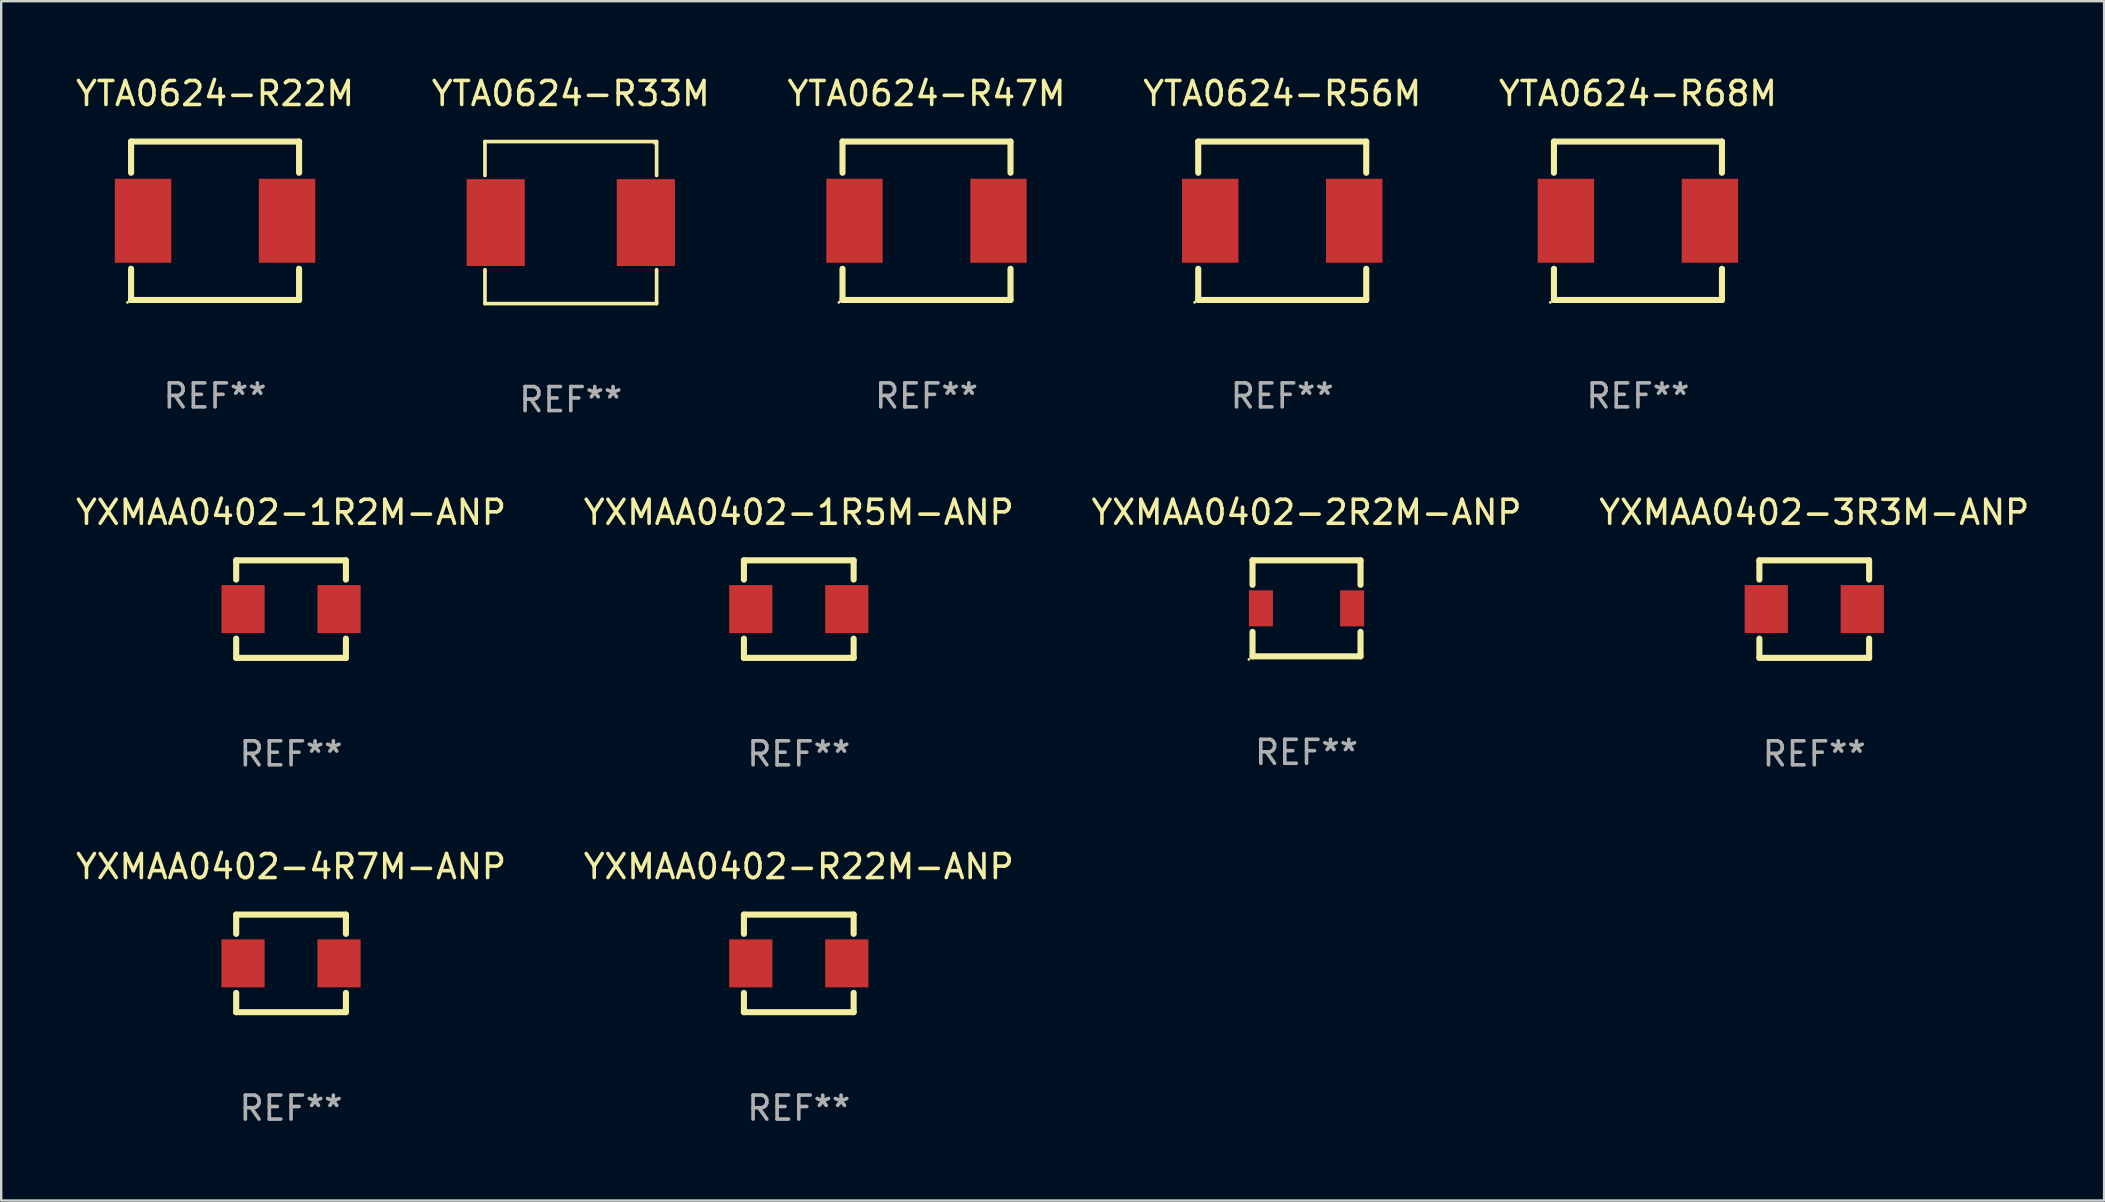
<source format=kicad_pcb>
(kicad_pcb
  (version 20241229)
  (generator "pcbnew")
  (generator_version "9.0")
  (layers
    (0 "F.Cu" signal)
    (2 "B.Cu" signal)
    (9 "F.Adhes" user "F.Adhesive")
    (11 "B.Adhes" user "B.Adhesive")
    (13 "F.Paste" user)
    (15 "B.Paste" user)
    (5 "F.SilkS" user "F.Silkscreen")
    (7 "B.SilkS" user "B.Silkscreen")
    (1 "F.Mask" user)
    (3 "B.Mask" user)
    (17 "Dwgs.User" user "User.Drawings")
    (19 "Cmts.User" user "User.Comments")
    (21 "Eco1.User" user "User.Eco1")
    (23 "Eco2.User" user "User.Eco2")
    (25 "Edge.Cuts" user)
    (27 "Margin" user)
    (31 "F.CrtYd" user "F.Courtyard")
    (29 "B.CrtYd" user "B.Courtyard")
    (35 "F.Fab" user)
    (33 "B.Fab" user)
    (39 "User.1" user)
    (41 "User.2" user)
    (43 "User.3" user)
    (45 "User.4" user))
  (footprint "YXMAA0402-1R2M-ANP"
    (layer "F.Cu")
    (at 9.077 22.329)
    (property "Reference" "YXMAA0402-1R2M-ANP" (at 0 -4.032 0) (layer "F.SilkS") (effects (font (size 1 1) (thickness 0.15))))
    (attr through_hole)
    (fp_line (start -2.286 -2.032) (end 2.286 -2.032) (stroke (width 0.254) (type solid)) (layer "F.SilkS"))
    (fp_line (start -2.286 -1.231) (end -2.286 -2.032) (stroke (width 0.254) (type solid)) (layer "F.SilkS"))
    (fp_line (start -2.286 2.032) (end -2.286 1.231) (stroke (width 0.254) (type solid)) (layer "F.SilkS"))
    (fp_line (start 2.286 -2.032) (end 2.286 -1.231) (stroke (width 0.254) (type solid)) (layer "F.SilkS"))
    (fp_line (start 2.286 1.231) (end 2.286 2.032) (stroke (width 0.254) (type solid)) (layer "F.SilkS"))
    (fp_line (start 2.286 2.032) (end -2.286 2.032) (stroke (width 0.254) (type solid)) (layer "F.SilkS"))
    (fp_circle (center -2.25 2.05) (end -2.22 2.05) (stroke (width 0.06) (type solid)) (fill no) (layer "F.SilkS"))
    (fp_text user "REF**" (at 0 6.032 0) (layer "F.Fab") (effects (font (size 1 1) (thickness 0.15))))
    (pad "1" smd rect (at -2 0 90) (size 2 1.8) (layers "F.Cu" "F.Mask" "F.Paste"))
    (pad "2" smd rect (at 2 0 90) (size 2 1.8) (layers "F.Cu" "F.Mask" "F.Paste")))
  (footprint "YXMAA0402-R22M-ANP"
    (layer "F.Cu")
    (at 30.232 37.09)
    (property "Reference" "YXMAA0402-R22M-ANP" (at 0 -4.032 0) (layer "F.SilkS") (effects (font (size 1 1) (thickness 0.15))))
    (attr through_hole)
    (fp_line (start -2.286 -2.032) (end 2.286 -2.032) (stroke (width 0.254) (type solid)) (layer "F.SilkS"))
    (fp_line (start -2.286 -1.231) (end -2.286 -2.032) (stroke (width 0.254) (type solid)) (layer "F.SilkS"))
    (fp_line (start -2.286 2.032) (end -2.286 1.231) (stroke (width 0.254) (type solid)) (layer "F.SilkS"))
    (fp_line (start 2.286 -2.032) (end 2.286 -1.231) (stroke (width 0.254) (type solid)) (layer "F.SilkS"))
    (fp_line (start 2.286 1.231) (end 2.286 2.032) (stroke (width 0.254) (type solid)) (layer "F.SilkS"))
    (fp_line (start 2.286 2.032) (end -2.286 2.032) (stroke (width 0.254) (type solid)) (layer "F.SilkS"))
    (fp_circle (center -2.25 2.05) (end -2.22 2.05) (stroke (width 0.06) (type solid)) (fill no) (layer "F.SilkS"))
    (fp_text user "REF**" (at 0 6.032 0) (layer "F.Fab") (effects (font (size 1 1) (thickness 0.15))))
    (pad "1" smd rect (at -2 0 90) (size 2 1.8) (layers "F.Cu" "F.Mask" "F.Paste"))
    (pad "2" smd rect (at 2 0 90) (size 2 1.8) (layers "F.Cu" "F.Mask" "F.Paste")))
  (footprint "YXMAA0402-4R7M-ANP"
    (layer "F.Cu")
    (at 9.077 37.09)
    (property "Reference" "YXMAA0402-4R7M-ANP" (at 0 -4.032 0) (layer "F.SilkS") (effects (font (size 1 1) (thickness 0.15))))
    (attr through_hole)
    (fp_line (start -2.286 -2.032) (end 2.286 -2.032) (stroke (width 0.254) (type solid)) (layer "F.SilkS"))
    (fp_line (start -2.286 -1.231) (end -2.286 -2.032) (stroke (width 0.254) (type solid)) (layer "F.SilkS"))
    (fp_line (start -2.286 2.032) (end -2.286 1.231) (stroke (width 0.254) (type solid)) (layer "F.SilkS"))
    (fp_line (start 2.286 -2.032) (end 2.286 -1.231) (stroke (width 0.254) (type solid)) (layer "F.SilkS"))
    (fp_line (start 2.286 1.231) (end 2.286 2.032) (stroke (width 0.254) (type solid)) (layer "F.SilkS"))
    (fp_line (start 2.286 2.032) (end -2.286 2.032) (stroke (width 0.254) (type solid)) (layer "F.SilkS"))
    (fp_circle (center -2.25 2.05) (end -2.22 2.05) (stroke (width 0.06) (type solid)) (fill no) (layer "F.SilkS"))
    (fp_text user "REF**" (at 0 6.032 0) (layer "F.Fab") (effects (font (size 1 1) (thickness 0.15))))
    (pad "1" smd rect (at -2 0 90) (size 2 1.8) (layers "F.Cu" "F.Mask" "F.Paste"))
    (pad "2" smd rect (at 2 0 90) (size 2 1.8) (layers "F.Cu" "F.Mask" "F.Paste")))
  (footprint "YTA0624-R47M"
    (layer "F.Cu")
    (at 35.554 6.148)
    (property "Reference" "YTA0624-R47M" (at 0 -5.3 0) (layer "F.SilkS") (effects (font (size 1 1) (thickness 0.15))))
    (attr through_hole)
    (fp_line (start -3.5 3.3) (end 3.5 3.3) (stroke (width 0.254) (type solid)) (layer "F.SilkS"))
    (fp_line (start -3.5 -3.3) (end -3.5 -2) (stroke (width 0.254) (type solid)) (layer "F.SilkS"))
    (fp_line (start -3.5 -3.3) (end 3.5 -3.3) (stroke (width 0.254) (type solid)) (layer "F.SilkS"))
    (fp_line (start -3.5 2) (end -3.5 3.3) (stroke (width 0.254) (type solid)) (layer "F.SilkS"))
    (fp_line (start 3.5 -3.3) (end 3.5 -2) (stroke (width 0.254) (type solid)) (layer "F.SilkS"))
    (fp_line (start 3.5 2) (end 3.5 3.3) (stroke (width 0.254) (type solid)) (layer "F.SilkS"))
    (fp_circle (center -3.65 3.4) (end -3.62 3.4) (stroke (width 0.06) (type solid)) (fill no) (layer "F.SilkS"))
    (fp_text user "REF**" (at 0 7.3 0) (layer "F.Fab") (effects (font (size 1 1) (thickness 0.15))))
    (pad "1" smd rect (at -3 0) (size 2.35 3.5) (layers "F.Cu" "F.Mask" "F.Paste"))
    (pad "2" smd rect (at 3 0) (size 2.35 3.5) (layers "F.Cu" "F.Mask" "F.Paste")))
  (footprint "YTA0624-R68M"
    (layer "F.Cu")
    (at 65.196 6.148)
    (property "Reference" "YTA0624-R68M" (at 0 -5.3 0) (layer "F.SilkS") (effects (font (size 1 1) (thickness 0.15))))
    (attr through_hole)
    (fp_line (start -3.5 3.3) (end 3.5 3.3) (stroke (width 0.254) (type solid)) (layer "F.SilkS"))
    (fp_line (start -3.5 -3.3) (end -3.5 -2) (stroke (width 0.254) (type solid)) (layer "F.SilkS"))
    (fp_line (start -3.5 -3.3) (end 3.5 -3.3) (stroke (width 0.254) (type solid)) (layer "F.SilkS"))
    (fp_line (start -3.5 2) (end -3.5 3.3) (stroke (width 0.254) (type solid)) (layer "F.SilkS"))
    (fp_line (start 3.5 -3.3) (end 3.5 -2) (stroke (width 0.254) (type solid)) (layer "F.SilkS"))
    (fp_line (start 3.5 2) (end 3.5 3.3) (stroke (width 0.254) (type solid)) (layer "F.SilkS"))
    (fp_circle (center -3.65 3.4) (end -3.62 3.4) (stroke (width 0.06) (type solid)) (fill no) (layer "F.SilkS"))
    (fp_text user "REF**" (at 0 7.3 0) (layer "F.Fab") (effects (font (size 1 1) (thickness 0.15))))
    (pad "1" smd rect (at -3 0) (size 2.35 3.5) (layers "F.Cu" "F.Mask" "F.Paste"))
    (pad "2" smd rect (at 3 0) (size 2.35 3.5) (layers "F.Cu" "F.Mask" "F.Paste")))
  (footprint "YXMAA0402-1R5M-ANP"
    (layer "F.Cu")
    (at 30.232 22.329)
    (property "Reference" "YXMAA0402-1R5M-ANP" (at 0 -4.032 0) (layer "F.SilkS") (effects (font (size 1 1) (thickness 0.15))))
    (attr through_hole)
    (fp_line (start -2.286 -2.032) (end 2.286 -2.032) (stroke (width 0.254) (type solid)) (layer "F.SilkS"))
    (fp_line (start -2.286 -1.231) (end -2.286 -2.032) (stroke (width 0.254) (type solid)) (layer "F.SilkS"))
    (fp_line (start -2.286 2.032) (end -2.286 1.231) (stroke (width 0.254) (type solid)) (layer "F.SilkS"))
    (fp_line (start 2.286 -2.032) (end 2.286 -1.231) (stroke (width 0.254) (type solid)) (layer "F.SilkS"))
    (fp_line (start 2.286 1.231) (end 2.286 2.032) (stroke (width 0.254) (type solid)) (layer "F.SilkS"))
    (fp_line (start 2.286 2.032) (end -2.286 2.032) (stroke (width 0.254) (type solid)) (layer "F.SilkS"))
    (fp_circle (center -2.25 2.05) (end -2.22 2.05) (stroke (width 0.06) (type solid)) (fill no) (layer "F.SilkS"))
    (fp_text user "REF**" (at 0 6.032 0) (layer "F.Fab") (effects (font (size 1 1) (thickness 0.15))))
    (pad "1" smd rect (at -2 0 90) (size 2 1.8) (layers "F.Cu" "F.Mask" "F.Paste"))
    (pad "2" smd rect (at 2 0 90) (size 2 1.8) (layers "F.Cu" "F.Mask" "F.Paste")))
  (footprint "YXMAA0402-2R2M-ANP"
    (layer "F.Cu")
    (at 51.387 22.297)
    (property "Reference" "YXMAA0402-2R2M-ANP" (at 0 -4 0) (layer "F.SilkS") (effects (font (size 1 1) (thickness 0.15))))
    (attr through_hole)
    (fp_line (start -2.25 -2) (end 2.25 -2) (stroke (width 0.254) (type solid)) (layer "F.SilkS"))
    (fp_line (start -2.25 -0.981) (end -2.25 -2) (stroke (width 0.254) (type solid)) (layer "F.SilkS"))
    (fp_line (start -2.25 2) (end -2.25 0.981) (stroke (width 0.254) (type solid)) (layer "F.SilkS"))
    (fp_line (start 2.25 -2) (end 2.25 -0.981) (stroke (width 0.254) (type solid)) (layer "F.SilkS"))
    (fp_line (start 2.25 0.981) (end 2.25 2) (stroke (width 0.254) (type solid)) (layer "F.SilkS"))
    (fp_line (start 2.25 2) (end -2.25 2) (stroke (width 0.254) (type solid)) (layer "F.SilkS"))
    (fp_circle (center -2.4 2.127) (end -2.37 2.127) (stroke (width 0.06) (type solid)) (fill no) (layer "F.SilkS"))
    (fp_text user "REF**" (at 0 6 0) (layer "F.Fab") (effects (font (size 1 1) (thickness 0.15))))
    (pad "1" smd rect (at -1.9 0) (size 1 1.5) (layers "F.Cu" "F.Mask" "F.Paste"))
    (pad "2" smd rect (at 1.9 0) (size 1 1.5) (layers "F.Cu" "F.Mask" "F.Paste")))
  (footprint "YTA0624-R22M"
    (layer "F.Cu")
    (at 5.911 6.148)
    (property "Reference" "YTA0624-R22M" (at 0 -5.3 0) (layer "F.SilkS") (effects (font (size 1 1) (thickness 0.15))))
    (attr through_hole)
    (fp_line (start -3.5 3.3) (end 3.5 3.3) (stroke (width 0.254) (type solid)) (layer "F.SilkS"))
    (fp_line (start -3.5 -3.3) (end -3.5 -2) (stroke (width 0.254) (type solid)) (layer "F.SilkS"))
    (fp_line (start -3.5 -3.3) (end 3.5 -3.3) (stroke (width 0.254) (type solid)) (layer "F.SilkS"))
    (fp_line (start -3.5 2) (end -3.5 3.3) (stroke (width 0.254) (type solid)) (layer "F.SilkS"))
    (fp_line (start 3.5 -3.3) (end 3.5 -2) (stroke (width 0.254) (type solid)) (layer "F.SilkS"))
    (fp_line (start 3.5 2) (end 3.5 3.3) (stroke (width 0.254) (type solid)) (layer "F.SilkS"))
    (fp_circle (center -3.65 3.4) (end -3.62 3.4) (stroke (width 0.06) (type solid)) (fill no) (layer "F.SilkS"))
    (fp_text user "REF**" (at 0 7.3 0) (layer "F.Fab") (effects (font (size 1 1) (thickness 0.15))))
    (pad "1" smd rect (at -3 0) (size 2.35 3.5) (layers "F.Cu" "F.Mask" "F.Paste"))
    (pad "2" smd rect (at 3 0) (size 2.35 3.5) (layers "F.Cu" "F.Mask" "F.Paste")))
  (footprint "YTA0624-R56M"
    (layer "F.Cu")
    (at 50.375 6.148)
    (property "Reference" "YTA0624-R56M" (at 0 -5.3 0) (layer "F.SilkS") (effects (font (size 1 1) (thickness 0.15))))
    (attr through_hole)
    (fp_line (start -3.5 3.3) (end 3.5 3.3) (stroke (width 0.254) (type solid)) (layer "F.SilkS"))
    (fp_line (start -3.5 -3.3) (end -3.5 -2) (stroke (width 0.254) (type solid)) (layer "F.SilkS"))
    (fp_line (start -3.5 -3.3) (end 3.5 -3.3) (stroke (width 0.254) (type solid)) (layer "F.SilkS"))
    (fp_line (start -3.5 2) (end -3.5 3.3) (stroke (width 0.254) (type solid)) (layer "F.SilkS"))
    (fp_line (start 3.5 -3.3) (end 3.5 -2) (stroke (width 0.254) (type solid)) (layer "F.SilkS"))
    (fp_line (start 3.5 2) (end 3.5 3.3) (stroke (width 0.254) (type solid)) (layer "F.SilkS"))
    (fp_circle (center -3.65 3.4) (end -3.62 3.4) (stroke (width 0.06) (type solid)) (fill no) (layer "F.SilkS"))
    (fp_text user "REF**" (at 0 7.3 0) (layer "F.Fab") (effects (font (size 1 1) (thickness 0.15))))
    (pad "1" smd rect (at -3 0) (size 2.35 3.5) (layers "F.Cu" "F.Mask" "F.Paste"))
    (pad "2" smd rect (at 3 0) (size 2.35 3.5) (layers "F.Cu" "F.Mask" "F.Paste")))
  (footprint "YTA0624-R33M"
    (layer "F.Cu")
    (at 20.732 6.224)
    (property "Reference" "YTA0624-R33M" (at 0 -5.376 0) (layer "F.SilkS") (effects (font (size 1 1) (thickness 0.15))))
    (attr through_hole)
    (fp_line (start -3.576 -3.376) (end 3.576 -3.376) (stroke (width 0.152) (type solid)) (layer "F.SilkS"))
    (fp_line (start -3.576 -1.962) (end -3.576 -3.376) (stroke (width 0.152) (type solid)) (layer "F.SilkS"))
    (fp_line (start -3.576 1.962) (end -3.576 3.376) (stroke (width 0.152) (type solid)) (layer "F.SilkS"))
    (fp_line (start -3.576 3.376) (end 3.576 3.376) (stroke (width 0.152) (type solid)) (layer "F.SilkS"))
    (fp_line (start 3.576 -3.376) (end 3.576 -1.962) (stroke (width 0.152) (type solid)) (layer "F.SilkS"))
    (fp_line (start 3.576 3.376) (end 3.576 1.962) (stroke (width 0.152) (type solid)) (layer "F.SilkS"))
    (fp_circle (center 3.5 -3.3) (end 3.53 -3.3) (stroke (width 0.06) (type solid)) (fill no) (layer "F.SilkS"))
    (fp_text user "REF**" (at 0 7.376 0) (layer "F.Fab") (effects (font (size 1 1) (thickness 0.15))))
    (pad "1" smd rect (at 3.128 0) (size 2.424 3.62) (layers "F.Cu" "F.Mask" "F.Paste"))
    (pad "2" smd rect (at -3.128 0) (size 2.424 3.62) (layers "F.Cu" "F.Mask" "F.Paste")))
  (footprint "YXMAA0402-3R3M-ANP"
    (layer "F.Cu")
    (at 72.542 22.329)
    (property "Reference" "YXMAA0402-3R3M-ANP" (at 0 -4.032 0) (layer "F.SilkS") (effects (font (size 1 1) (thickness 0.15))))
    (attr through_hole)
    (fp_line (start -2.286 -2.032) (end 2.286 -2.032) (stroke (width 0.254) (type solid)) (layer "F.SilkS"))
    (fp_line (start -2.286 -1.231) (end -2.286 -2.032) (stroke (width 0.254) (type solid)) (layer "F.SilkS"))
    (fp_line (start -2.286 2.032) (end -2.286 1.231) (stroke (width 0.254) (type solid)) (layer "F.SilkS"))
    (fp_line (start 2.286 -2.032) (end 2.286 -1.231) (stroke (width 0.254) (type solid)) (layer "F.SilkS"))
    (fp_line (start 2.286 1.231) (end 2.286 2.032) (stroke (width 0.254) (type solid)) (layer "F.SilkS"))
    (fp_line (start 2.286 2.032) (end -2.286 2.032) (stroke (width 0.254) (type solid)) (layer "F.SilkS"))
    (fp_circle (center -2.25 2.05) (end -2.22 2.05) (stroke (width 0.06) (type solid)) (fill no) (layer "F.SilkS"))
    (fp_text user "REF**" (at 0 6.032 0) (layer "F.Fab") (effects (font (size 1 1) (thickness 0.15))))
    (pad "1" smd rect (at -2 0 90) (size 2 1.8) (layers "F.Cu" "F.Mask" "F.Paste"))
    (pad "2" smd rect (at 2 0 90) (size 2 1.8) (layers "F.Cu" "F.Mask" "F.Paste")))
  (gr_rect
    (start -3 -3)
    (end 84.619 46.97)
    (stroke (width 0.1) (type default))
    (fill no)
    (layer "Edge.Cuts")))
</source>
